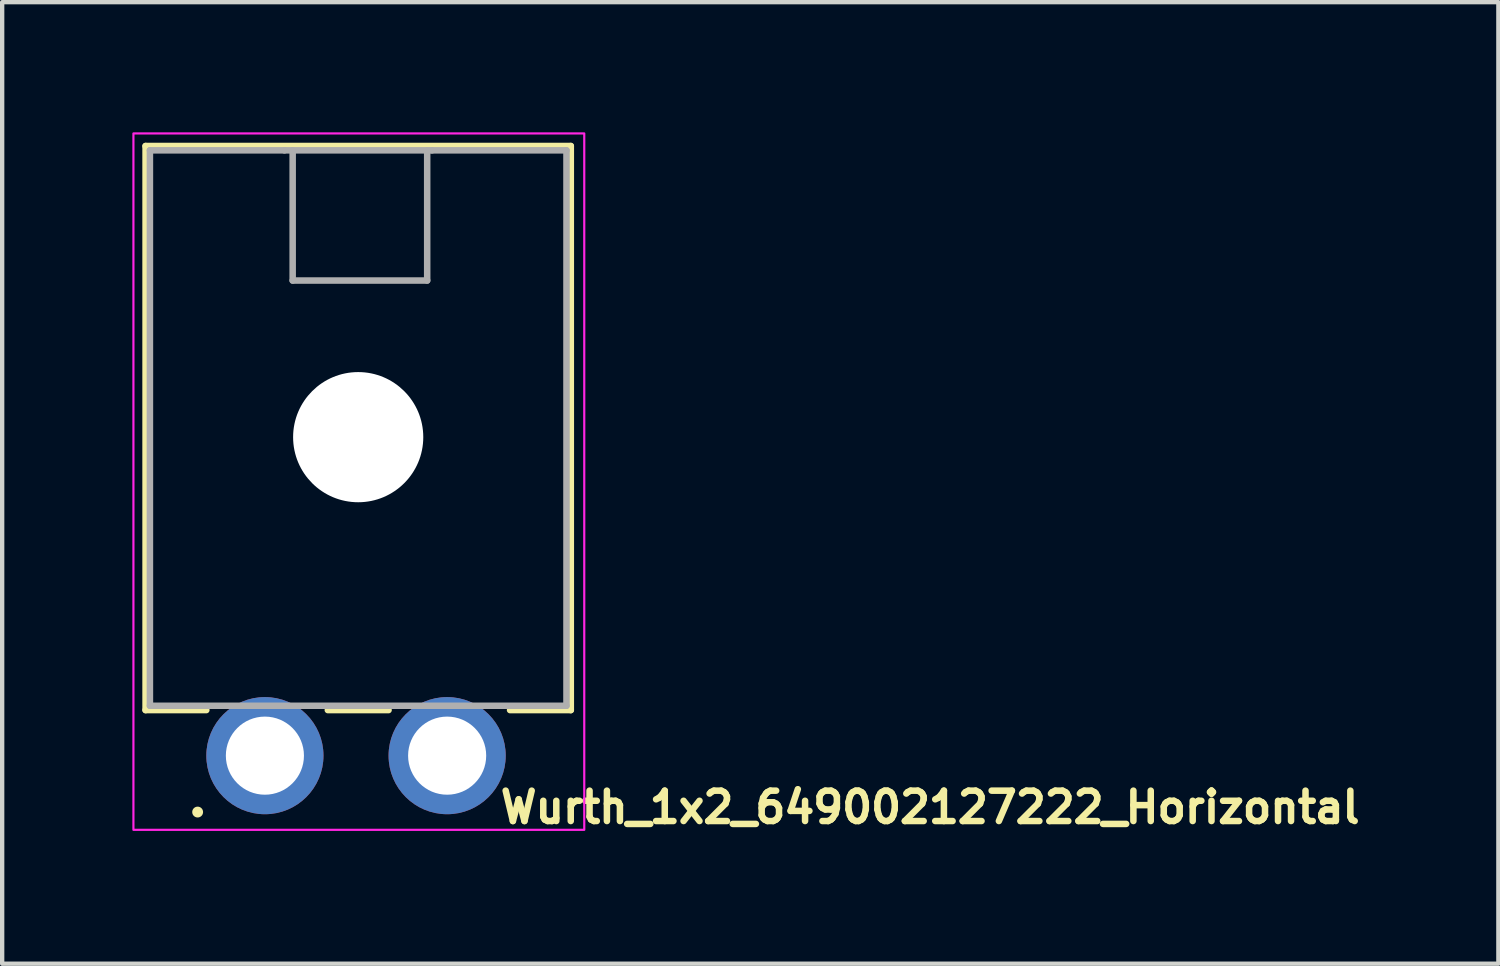
<source format=kicad_pcb>
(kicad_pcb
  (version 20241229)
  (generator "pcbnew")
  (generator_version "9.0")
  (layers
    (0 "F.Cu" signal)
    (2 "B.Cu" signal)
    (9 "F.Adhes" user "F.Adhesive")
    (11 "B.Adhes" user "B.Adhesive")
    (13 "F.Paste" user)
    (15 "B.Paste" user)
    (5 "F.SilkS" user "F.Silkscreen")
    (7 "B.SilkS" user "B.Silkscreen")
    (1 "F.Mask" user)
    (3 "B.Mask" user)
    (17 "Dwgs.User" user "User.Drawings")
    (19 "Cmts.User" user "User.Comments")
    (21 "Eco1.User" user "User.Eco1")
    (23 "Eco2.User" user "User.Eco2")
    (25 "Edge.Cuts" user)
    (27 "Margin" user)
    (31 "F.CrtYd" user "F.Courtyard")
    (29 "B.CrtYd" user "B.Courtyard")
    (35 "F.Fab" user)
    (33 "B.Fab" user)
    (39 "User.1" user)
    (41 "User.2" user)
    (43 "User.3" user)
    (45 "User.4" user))
  (footprint "Wurth_1x2_649002127222_Horizontal"
    (layer "F.Cu")
    (at 3.055 14.365)
    (property "Reference" "Wurth_1x2_649002127222_Horizontal" (at 5.35 1.6 180) (layer "F.SilkS") (effects (font (size 0.7 0.7) (thickness 0.15)) (justify left bottom)))
    (attr through_hole)
    (fp_line (start -2.75 -14.05) (end -2.75 -1.05) (stroke (width 0.15) (type solid)) (layer "F.SilkS"))
    (fp_line (start -2.75 -1.05) (end -1.35 -1.05) (stroke (width 0.15) (type solid)) (layer "F.SilkS"))
    (fp_line (start 2.85 -1.05) (end 1.45 -1.05) (stroke (width 0.15) (type solid)) (layer "F.SilkS"))
    (fp_line (start 5.65 -1.05) (end 7.05 -1.05) (stroke (width 0.15) (type solid)) (layer "F.SilkS"))
    (fp_line (start 7.05 -14.05) (end -2.75 -14.05) (stroke (width 0.15) (type solid)) (layer "F.SilkS"))
    (fp_line (start 7.05 -1.05) (end 7.05 -14.05) (stroke (width 0.15) (type solid)) (layer "F.SilkS"))
    (fp_circle (center -1.55 1.3) (end -1.6 1.3) (stroke (width 0.15) (type solid)) (fill yes) (layer "F.SilkS"))
    (fp_rect (start 7.36 1.71) (end -3.03 -14.34) (stroke (width 0.05) (type solid)) (fill no) (layer "F.CrtYd"))
    (fp_line (start -2.65 -13.95) (end 0.45 -13.95) (stroke (width 0.15) (type solid)) (layer "F.Fab"))
    (fp_line (start -2.65 -1.15) (end -2.65 -13.95) (stroke (width 0.15) (type solid)) (layer "F.Fab"))
    (fp_line (start 0.45 -13.95) (end 3.85 -13.95) (stroke (width 0.15) (type solid)) (layer "F.Fab"))
    (fp_line (start 0.64 -10.95) (end 0.64 -13.95) (stroke (width 0.15) (type solid)) (layer "F.Fab"))
    (fp_line (start 3.74 -13.95) (end 3.74 -10.95) (stroke (width 0.15) (type solid)) (layer "F.Fab"))
    (fp_line (start 3.74 -10.95) (end 0.64 -10.95) (stroke (width 0.15) (type solid)) (layer "F.Fab"))
    (fp_line (start 3.85 -13.95) (end 6.95 -13.95) (stroke (width 0.15) (type solid)) (layer "F.Fab"))
    (fp_line (start 6.95 -13.95) (end 6.95 -1.15) (stroke (width 0.15) (type solid)) (layer "F.Fab"))
    (fp_line (start 6.95 -1.15) (end -2.65 -1.15) (stroke (width 0.15) (type solid)) (layer "F.Fab"))
    (fp_rect (start 6.965 0.53) (end -2.635 -13.94) (stroke (width 0.1) (type solid)) (fill no) (layer "User.5"))
    (fp_line (start -2.635 -13.94) (end -2.635 -1.14) (stroke (width 0.02) (type solid)) (layer "User.9"))
    (fp_line (start -0.505 -1.14) (end -0.505 -0.47) (stroke (width 0.02) (type solid)) (layer "User.9"))
    (fp_line (start -0.505 -0.47) (end -0.505 -0.358) (stroke (width 0.02) (type solid)) (layer "User.9"))
    (fp_line (start -0.505 -0.358) (end -0.505 -0.247) (stroke (width 0.02) (type solid)) (layer "User.9"))
    (fp_line (start -0.505 -0.247) (end -0.505 -0.14) (stroke (width 0.02) (type solid)) (layer "User.9"))
    (fp_line (start -0.505 -0.14) (end -0.505 -0.036) (stroke (width 0.02) (type solid)) (layer "User.9"))
    (fp_line (start -0.505 -0.036) (end -0.505 0.062) (stroke (width 0.02) (type solid)) (layer "User.9"))
    (fp_line (start -0.505 0.062) (end -0.505 0.153) (stroke (width 0.02) (type solid)) (layer "User.9"))
    (fp_line (start -0.505 0.153) (end -0.505 0.237) (stroke (width 0.02) (type solid)) (layer "User.9"))
    (fp_line (start -0.505 0.237) (end -0.505 0.312) (stroke (width 0.02) (type solid)) (layer "User.9"))
    (fp_line (start -0.505 0.312) (end -0.505 0.377) (stroke (width 0.02) (type solid)) (layer "User.9"))
    (fp_line (start -0.505 0.377) (end -0.505 0.431) (stroke (width 0.02) (type solid)) (layer "User.9"))
    (fp_line (start -0.505 0.431) (end -0.505 0.474) (stroke (width 0.02) (type solid)) (layer "User.9"))
    (fp_line (start -0.505 0.474) (end -0.505 0.505) (stroke (width 0.02) (type solid)) (layer "User.9"))
    (fp_line (start -0.505 0.505) (end -0.505 0.524) (stroke (width 0.02) (type solid)) (layer "User.9"))
    (fp_line (start -0.505 0.524) (end -0.505 0.53) (stroke (width 0.02) (type solid)) (layer "User.9"))
    (fp_line (start -0.31 -13.94) (end -2.635 -13.94) (stroke (width 0.02) (type solid)) (layer "User.9"))
    (fp_line (start -0.31 -13.94) (end -0.267 -13.94) (stroke (width 0.02) (type solid)) (layer "User.9"))
    (fp_line (start -0.31 -10.84) (end -0.31 -13.94) (stroke (width 0.02) (type solid)) (layer "User.9"))
    (fp_line (start -0.31 -10.84) (end -0.267 -10.84) (stroke (width 0.02) (type solid)) (layer "User.9"))
    (fp_line (start -0.267 -13.94) (end -0.219 -13.94) (stroke (width 0.02) (type solid)) (layer "User.9"))
    (fp_line (start -0.267 -10.84) (end -0.219 -10.84) (stroke (width 0.02) (type solid)) (layer "User.9"))
    (fp_line (start -0.219 -13.94) (end -0.168 -13.94) (stroke (width 0.02) (type solid)) (layer "User.9"))
    (fp_line (start -0.219 -10.84) (end -0.168 -10.84) (stroke (width 0.02) (type solid)) (layer "User.9"))
    (fp_line (start -0.168 -13.94) (end -0.113 -13.94) (stroke (width 0.02) (type solid)) (layer "User.9"))
    (fp_line (start -0.168 -10.84) (end -0.113 -10.84) (stroke (width 0.02) (type solid)) (layer "User.9"))
    (fp_line (start -0.113 -13.94) (end -0.055 -13.94) (stroke (width 0.02) (type solid)) (layer "User.9"))
    (fp_line (start -0.113 -10.84) (end -0.055 -10.84) (stroke (width 0.02) (type solid)) (layer "User.9"))
    (fp_line (start -0.055 -13.94) (end 0.005 -13.94) (stroke (width 0.02) (type solid)) (layer "User.9"))
    (fp_line (start -0.055 -10.84) (end 0.005 -10.84) (stroke (width 0.02) (type solid)) (layer "User.9"))
    (fp_line (start 0.005 -13.94) (end 0.065 -13.94) (stroke (width 0.02) (type solid)) (layer "User.9"))
    (fp_line (start 0.005 -10.84) (end 0.065 -10.84) (stroke (width 0.02) (type solid)) (layer "User.9"))
    (fp_line (start 0.065 -13.94) (end 0.125 -13.94) (stroke (width 0.02) (type solid)) (layer "User.9"))
    (fp_line (start 0.065 -10.84) (end 0.125 -10.84) (stroke (width 0.02) (type solid)) (layer "User.9"))
    (fp_line (start 0.125 -13.94) (end 0.185 -13.94) (stroke (width 0.02) (type solid)) (layer "User.9"))
    (fp_line (start 0.125 -10.84) (end 0.185 -10.84) (stroke (width 0.02) (type solid)) (layer "User.9"))
    (fp_line (start 0.185 -13.94) (end 0.243 -13.94) (stroke (width 0.02) (type solid)) (layer "User.9"))
    (fp_line (start 0.185 -10.84) (end 0.243 -10.84) (stroke (width 0.02) (type solid)) (layer "User.9"))
    (fp_line (start 0.243 -13.94) (end 0.298 -13.94) (stroke (width 0.02) (type solid)) (layer "User.9"))
    (fp_line (start 0.243 -10.84) (end 0.298 -10.84) (stroke (width 0.02) (type solid)) (layer "User.9"))
    (fp_line (start 0.298 -13.94) (end 0.349 -13.94) (stroke (width 0.02) (type solid)) (layer "User.9"))
    (fp_line (start 0.298 -10.84) (end 0.349 -10.84) (stroke (width 0.02) (type solid)) (layer "User.9"))
    (fp_line (start 0.349 -13.94) (end 0.397 -13.94) (stroke (width 0.02) (type solid)) (layer "User.9"))
    (fp_line (start 0.349 -10.84) (end 0.397 -10.84) (stroke (width 0.02) (type solid)) (layer "User.9"))
    (fp_line (start 0.397 -13.94) (end 0.44 -13.94) (stroke (width 0.02) (type solid)) (layer "User.9"))
    (fp_line (start 0.397 -10.84) (end 0.44 -10.84) (stroke (width 0.02) (type solid)) (layer "User.9"))
    (fp_line (start 0.44 -10.84) (end 0.44 -13.94) (stroke (width 0.02) (type solid)) (layer "User.9"))
    (fp_line (start 0.615 -13.94) (end 0.44 -13.94) (stroke (width 0.02) (type solid)) (layer "User.9"))
    (fp_line (start 0.615 -13.94) (end 3.715 -13.94) (stroke (width 0.02) (type solid)) (layer "User.9"))
    (fp_line (start 0.615 -11.34) (end 0.615 -13.94) (stroke (width 0.02) (type solid)) (layer "User.9"))
    (fp_line (start 0.615 -11.34) (end 0.615 -10.84) (stroke (width 0.02) (type solid)) (layer "User.9"))
    (fp_line (start 0.615 -10.84) (end 3.715 -10.84) (stroke (width 0.02) (type solid)) (layer "User.9"))
    (fp_line (start 0.635 -1.14) (end 0.635 -0.47) (stroke (width 0.02) (type solid)) (layer "User.9"))
    (fp_line (start 0.635 -0.47) (end -0.505 -0.47) (stroke (width 0.02) (type solid)) (layer "User.9"))
    (fp_line (start 0.635 -0.47) (end 0.635 -0.358) (stroke (width 0.02) (type solid)) (layer "User.9"))
    (fp_line (start 0.635 -0.358) (end 0.635 -0.247) (stroke (width 0.02) (type solid)) (layer "User.9"))
    (fp_line (start 0.635 -0.247) (end 0.635 -0.14) (stroke (width 0.02) (type solid)) (layer "User.9"))
    (fp_line (start 0.635 -0.14) (end 0.635 -0.036) (stroke (width 0.02) (type solid)) (layer "User.9"))
    (fp_line (start 0.635 -0.036) (end 0.635 0.062) (stroke (width 0.02) (type solid)) (layer "User.9"))
    (fp_line (start 0.635 0.062) (end 0.635 0.153) (stroke (width 0.02) (type solid)) (layer "User.9"))
    (fp_line (start 0.635 0.153) (end 0.635 0.237) (stroke (width 0.02) (type solid)) (layer "User.9"))
    (fp_line (start 0.635 0.237) (end 0.635 0.312) (stroke (width 0.02) (type solid)) (layer "User.9"))
    (fp_line (start 0.635 0.312) (end 0.635 0.377) (stroke (width 0.02) (type solid)) (layer "User.9"))
    (fp_line (start 0.635 0.377) (end 0.635 0.431) (stroke (width 0.02) (type solid)) (layer "User.9"))
    (fp_line (start 0.635 0.431) (end 0.635 0.474) (stroke (width 0.02) (type solid)) (layer "User.9"))
    (fp_line (start 0.635 0.474) (end 0.635 0.505) (stroke (width 0.02) (type solid)) (layer "User.9"))
    (fp_line (start 0.635 0.505) (end 0.635 0.524) (stroke (width 0.02) (type solid)) (layer "User.9"))
    (fp_line (start 0.635 0.524) (end 0.635 0.53) (stroke (width 0.02) (type solid)) (layer "User.9"))
    (fp_line (start 0.635 0.53) (end -0.505 0.53) (stroke (width 0.02) (type solid)) (layer "User.9"))
    (fp_line (start 3.695 -1.14) (end 3.695 -0.47) (stroke (width 0.02) (type solid)) (layer "User.9"))
    (fp_line (start 3.695 -0.47) (end 3.695 -0.358) (stroke (width 0.02) (type solid)) (layer "User.9"))
    (fp_line (start 3.695 -0.358) (end 3.695 -0.247) (stroke (width 0.02) (type solid)) (layer "User.9"))
    (fp_line (start 3.695 -0.247) (end 3.695 -0.14) (stroke (width 0.02) (type solid)) (layer "User.9"))
    (fp_line (start 3.695 -0.14) (end 3.695 -0.036) (stroke (width 0.02) (type solid)) (layer "User.9"))
    (fp_line (start 3.695 -0.036) (end 3.695 0.062) (stroke (width 0.02) (type solid)) (layer "User.9"))
    (fp_line (start 3.695 0.062) (end 3.695 0.153) (stroke (width 0.02) (type solid)) (layer "User.9"))
    (fp_line (start 3.695 0.153) (end 3.695 0.237) (stroke (width 0.02) (type solid)) (layer "User.9"))
    (fp_line (start 3.695 0.237) (end 3.695 0.312) (stroke (width 0.02) (type solid)) (layer "User.9"))
    (fp_line (start 3.695 0.312) (end 3.695 0.377) (stroke (width 0.02) (type solid)) (layer "User.9"))
    (fp_line (start 3.695 0.377) (end 3.695 0.431) (stroke (width 0.02) (type solid)) (layer "User.9"))
    (fp_line (start 3.695 0.431) (end 3.695 0.474) (stroke (width 0.02) (type solid)) (layer "User.9"))
    (fp_line (start 3.695 0.474) (end 3.695 0.505) (stroke (width 0.02) (type solid)) (layer "User.9"))
    (fp_line (start 3.695 0.505) (end 3.695 0.524) (stroke (width 0.02) (type solid)) (layer "User.9"))
    (fp_line (start 3.695 0.524) (end 3.695 0.53) (stroke (width 0.02) (type solid)) (layer "User.9"))
    (fp_line (start 3.715 -13.94) (end 3.715 -11.34) (stroke (width 0.02) (type solid)) (layer "User.9"))
    (fp_line (start 3.715 -11.34) (end 0.615 -11.34) (stroke (width 0.02) (type solid)) (layer "User.9"))
    (fp_line (start 3.715 -10.84) (end 3.715 -11.34) (stroke (width 0.02) (type solid)) (layer "User.9"))
    (fp_line (start 4.835 -1.14) (end 4.835 -0.47) (stroke (width 0.02) (type solid)) (layer "User.9"))
    (fp_line (start 4.835 -0.47) (end 3.695 -0.47) (stroke (width 0.02) (type solid)) (layer "User.9"))
    (fp_line (start 4.835 -0.47) (end 4.835 -0.358) (stroke (width 0.02) (type solid)) (layer "User.9"))
    (fp_line (start 4.835 -0.358) (end 4.835 -0.247) (stroke (width 0.02) (type solid)) (layer "User.9"))
    (fp_line (start 4.835 -0.247) (end 4.835 -0.14) (stroke (width 0.02) (type solid)) (layer "User.9"))
    (fp_line (start 4.835 -0.14) (end 4.835 -0.036) (stroke (width 0.02) (type solid)) (layer "User.9"))
    (fp_line (start 4.835 -0.036) (end 4.835 0.062) (stroke (width 0.02) (type solid)) (layer "User.9"))
    (fp_line (start 4.835 0.062) (end 4.835 0.153) (stroke (width 0.02) (type solid)) (layer "User.9"))
    (fp_line (start 4.835 0.153) (end 4.835 0.237) (stroke (width 0.02) (type solid)) (layer "User.9"))
    (fp_line (start 4.835 0.237) (end 4.835 0.312) (stroke (width 0.02) (type solid)) (layer "User.9"))
    (fp_line (start 4.835 0.312) (end 4.835 0.377) (stroke (width 0.02) (type solid)) (layer "User.9"))
    (fp_line (start 4.835 0.377) (end 4.835 0.431) (stroke (width 0.02) (type solid)) (layer "User.9"))
    (fp_line (start 4.835 0.431) (end 4.835 0.474) (stroke (width 0.02) (type solid)) (layer "User.9"))
    (fp_line (start 4.835 0.474) (end 4.835 0.505) (stroke (width 0.02) (type solid)) (layer "User.9"))
    (fp_line (start 4.835 0.505) (end 4.835 0.524) (stroke (width 0.02) (type solid)) (layer "User.9"))
    (fp_line (start 4.835 0.524) (end 4.835 0.53) (stroke (width 0.02) (type solid)) (layer "User.9"))
    (fp_line (start 4.835 0.53) (end 3.695 0.53) (stroke (width 0.02) (type solid)) (layer "User.9"))
    (fp_line (start 6.965 -13.94) (end 3.715 -13.94) (stroke (width 0.02) (type solid)) (layer "User.9"))
    (fp_line (start 6.965 -13.94) (end 6.965 -1.14) (stroke (width 0.02) (type solid)) (layer "User.9"))
    (fp_line (start 6.965 -1.14) (end -2.635 -1.14) (stroke (width 0.02) (type solid)) (layer "User.9"))
    (pad "" np_thru_hole circle (at 2.15 -7.34 180) (size 3 3) (drill 3) (layers "*.Cu" "*.Mask"))
    (pad "1" thru_hole circle (at 0 0 180) (size 2.7 2.7) (drill 1.8) (layers "*.Cu" "*.Mask"))
    (pad "2" thru_hole circle (at 4.2 0 180) (size 2.7 2.7) (drill 1.8) (layers "*.Cu" "*.Mask")))
  (gr_rect
    (start -3 -3)
    (end 31.482 19.16)
    (stroke (width 0.1) (type default))
    (fill no)
    (layer "Edge.Cuts")))
</source>
